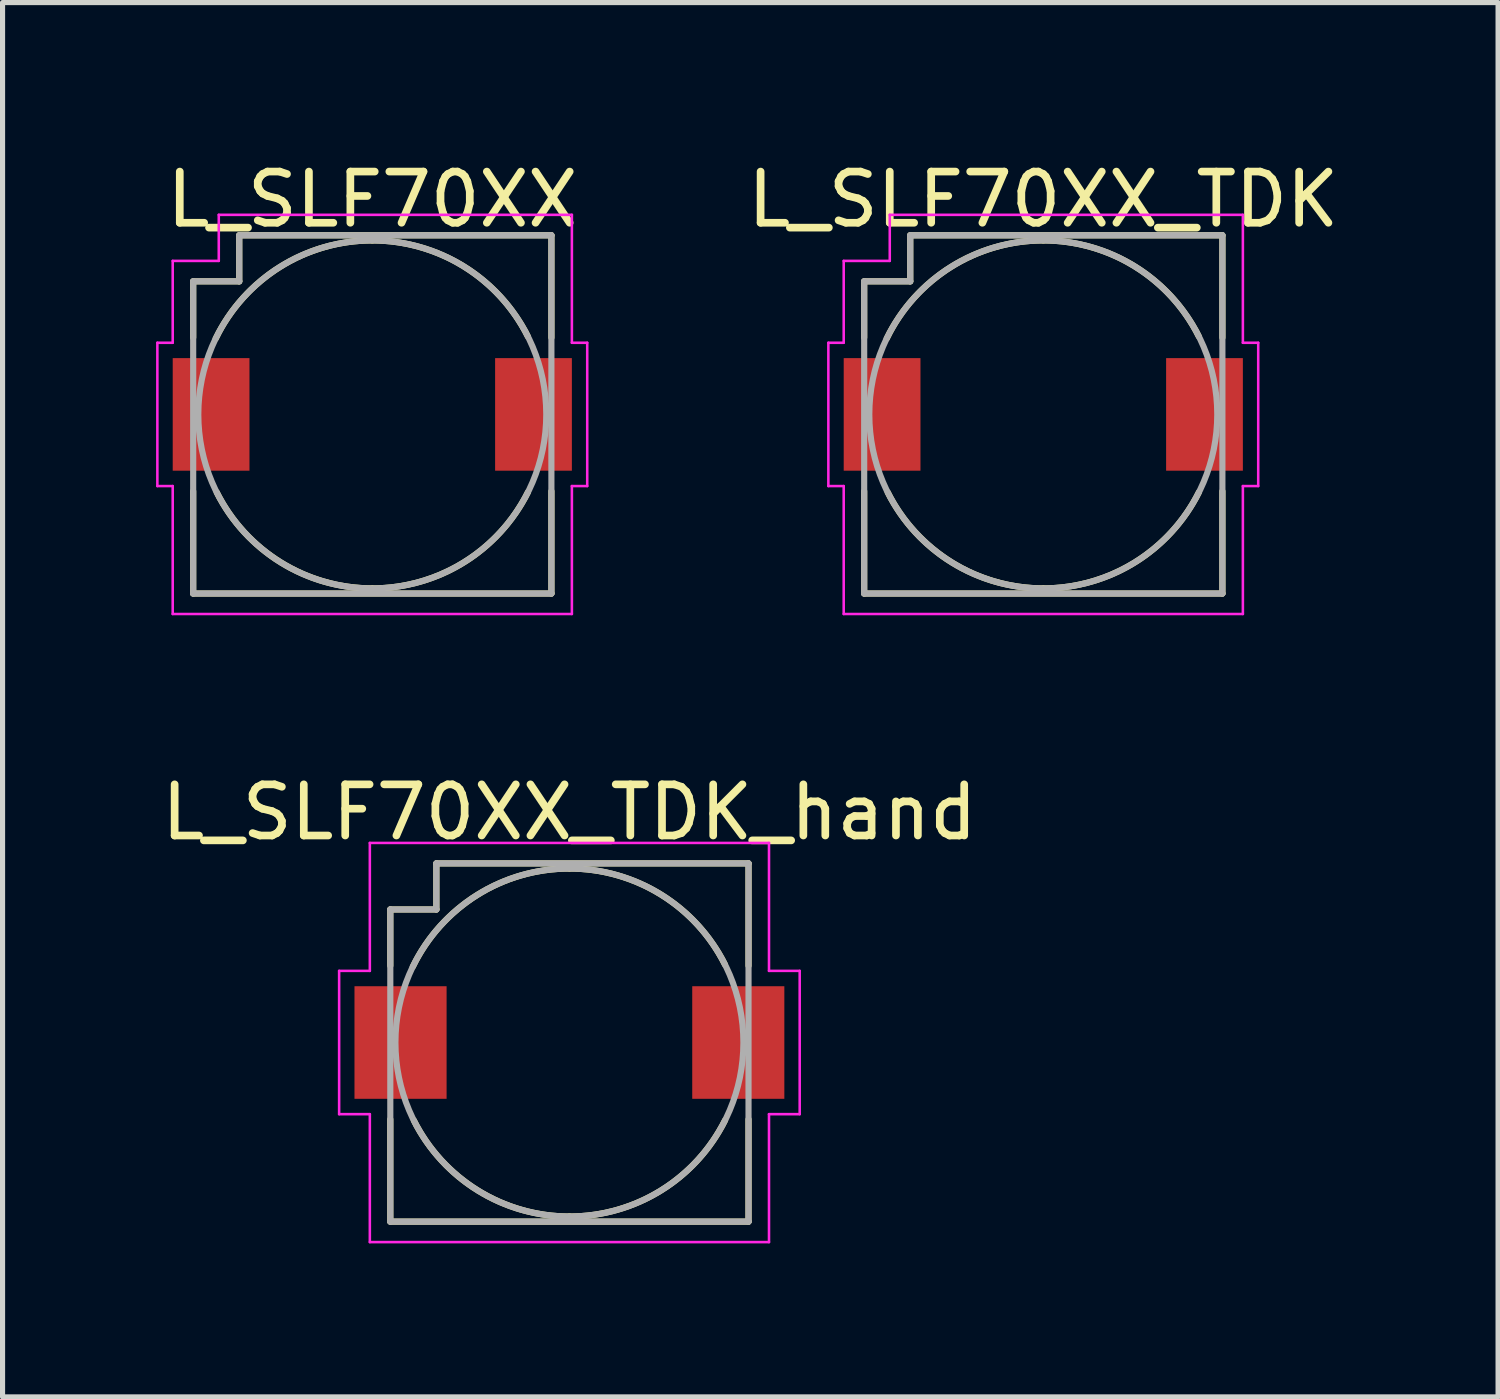
<source format=kicad_pcb>
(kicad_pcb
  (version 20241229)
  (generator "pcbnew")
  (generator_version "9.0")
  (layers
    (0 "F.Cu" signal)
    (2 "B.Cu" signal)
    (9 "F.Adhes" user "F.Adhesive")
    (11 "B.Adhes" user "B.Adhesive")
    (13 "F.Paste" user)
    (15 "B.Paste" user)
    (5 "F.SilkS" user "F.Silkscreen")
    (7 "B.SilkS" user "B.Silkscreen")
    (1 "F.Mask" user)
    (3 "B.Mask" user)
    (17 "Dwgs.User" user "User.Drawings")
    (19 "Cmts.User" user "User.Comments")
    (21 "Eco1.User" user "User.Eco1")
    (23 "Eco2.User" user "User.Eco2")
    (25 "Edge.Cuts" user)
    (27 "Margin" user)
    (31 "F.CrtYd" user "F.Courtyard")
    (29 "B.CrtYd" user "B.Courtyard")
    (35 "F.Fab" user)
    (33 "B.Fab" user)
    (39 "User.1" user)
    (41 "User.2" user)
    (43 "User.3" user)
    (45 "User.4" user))
  (footprint "L_SLF70XX_TDK_hand"
    (layer "F.Cu")
    (at 8.077 17.322)
    (property "Reference" "L_SLF70XX_TDK_hand" (at 0 -4.5 180) (layer "F.SilkS") (effects (font (size 1 1) (thickness 0.15))))
    (attr smd)
    (fp_line (start -3.5 -2.6) (end -2.6 -2.6) (stroke (width 0.12) (type solid)) (layer "F.SilkS"))
    (fp_line (start -3.5 -1.5) (end -3.5 -2.6) (stroke (width 0.12) (type solid)) (layer "F.SilkS"))
    (fp_line (start -3.5 1.5) (end -3.5 3.5) (stroke (width 0.12) (type solid)) (layer "F.SilkS"))
    (fp_line (start -3.5 3.5) (end 3.5 3.5) (stroke (width 0.12) (type solid)) (layer "F.SilkS"))
    (fp_line (start -2.6 -3.5) (end 3.5 -3.5) (stroke (width 0.12) (type solid)) (layer "F.SilkS"))
    (fp_line (start -2.6 -2.6) (end -2.6 -3.5) (stroke (width 0.12) (type solid)) (layer "F.SilkS"))
    (fp_line (start 3.5 -3.5) (end 3.5 -1.5) (stroke (width 0.12) (type solid)) (layer "F.SilkS"))
    (fp_line (start 3.5 3.5) (end 3.5 1.5) (stroke (width 0.12) (type solid)) (layer "F.SilkS"))
    (fp_arc (start -3.060541 -1.480907) (mid -1.806227 -2.880545) (end 0 -3.4) (stroke (width 0.12) (type solid)) (layer "F.SilkS"))
    (fp_arc (start 0 -3.4) (mid 1.786603 -2.892758) (end 3.040124 -1.522381) (stroke (width 0.12) (type solid)) (layer "F.SilkS"))
    (fp_arc (start 0 3.4) (mid -1.786603 2.892758) (end -3.040124 1.522381) (stroke (width 0.12) (type solid)) (layer "F.SilkS"))
    (fp_arc (start 3.041052 1.520526) (mid 1.787486 2.892212) (end 0 3.4) (stroke (width 0.12) (type solid)) (layer "F.SilkS"))
    (fp_line (start -4.5 -1.4) (end -4.5 1.4) (stroke (width 0.05) (type solid)) (layer "F.CrtYd"))
    (fp_line (start -4.5 1.4) (end -3.9 1.4) (stroke (width 0.05) (type solid)) (layer "F.CrtYd"))
    (fp_line (start -3.9 -3.9) (end -3.9 -1.4) (stroke (width 0.05) (type solid)) (layer "F.CrtYd"))
    (fp_line (start -3.9 -1.4) (end -4.5 -1.4) (stroke (width 0.05) (type solid)) (layer "F.CrtYd"))
    (fp_line (start -3.9 1.4) (end -3.9 3.9) (stroke (width 0.05) (type solid)) (layer "F.CrtYd"))
    (fp_line (start -3.9 3.9) (end 3.9 3.9) (stroke (width 0.05) (type solid)) (layer "F.CrtYd"))
    (fp_line (start 3.9 -3.9) (end -3.9 -3.9) (stroke (width 0.05) (type solid)) (layer "F.CrtYd"))
    (fp_line (start 3.9 -1.4) (end 3.9 -3.9) (stroke (width 0.05) (type solid)) (layer "F.CrtYd"))
    (fp_line (start 3.9 1.4) (end 4.5 1.4) (stroke (width 0.05) (type solid)) (layer "F.CrtYd"))
    (fp_line (start 3.9 3.9) (end 3.9 1.4) (stroke (width 0.05) (type solid)) (layer "F.CrtYd"))
    (fp_line (start 4.5 -1.4) (end 3.9 -1.4) (stroke (width 0.05) (type solid)) (layer "F.CrtYd"))
    (fp_line (start 4.5 1.4) (end 4.5 -1.4) (stroke (width 0.05) (type solid)) (layer "F.CrtYd"))
    (fp_line (start -3.5 3.5) (end -3.5 -2.6) (stroke (width 0.12) (type solid)) (layer "F.Fab"))
    (fp_line (start -2.6 -3.5) (end -2.6 -2.6) (stroke (width 0.12) (type solid)) (layer "F.Fab"))
    (fp_line (start -2.6 -3.5) (end 3.5 -3.5) (stroke (width 0.12) (type solid)) (layer "F.Fab"))
    (fp_line (start -2.6 -2.6) (end -3.5 -2.6) (stroke (width 0.12) (type solid)) (layer "F.Fab"))
    (fp_line (start 3.5 -3.5) (end 3.5 3.5) (stroke (width 0.12) (type solid)) (layer "F.Fab"))
    (fp_line (start 3.5 3.5) (end -3.5 3.5) (stroke (width 0.12) (type solid)) (layer "F.Fab"))
    (fp_circle (center 0 0) (end 3.4 0) (stroke (width 0.12) (type solid)) (fill no) (layer "F.Fab"))
    (pad "1" smd rect (at -3.3 0 180) (size 1.8 2.2) (layers "F.Cu" "F.Mask" "F.Paste"))
    (pad "2" smd rect (at 3.3 0 180) (size 1.8 2.2) (layers "F.Cu" "F.Mask" "F.Paste")))
  (footprint "L_SLF70XX"
    (layer "F.Cu")
    (at 4.225 5.048)
    (property "Reference" "L_SLF70XX" (at 0 -4.2 180) (layer "F.SilkS") (effects (font (size 1 1) (thickness 0.15))))
    (attr smd)
    (fp_line (start -3.5 -2.6) (end -2.6 -2.6) (stroke (width 0.12) (type solid)) (layer "F.SilkS"))
    (fp_line (start -3.5 -1.5) (end -3.5 -2.6) (stroke (width 0.12) (type solid)) (layer "F.SilkS"))
    (fp_line (start -3.5 1.5) (end -3.5 3.5) (stroke (width 0.12) (type solid)) (layer "F.SilkS"))
    (fp_line (start -3.5 3.5) (end 3.5 3.5) (stroke (width 0.12) (type solid)) (layer "F.SilkS"))
    (fp_line (start -2.6 -3.5) (end 3.5 -3.5) (stroke (width 0.12) (type solid)) (layer "F.SilkS"))
    (fp_line (start -2.6 -2.6) (end -2.6 -3.5) (stroke (width 0.12) (type solid)) (layer "F.SilkS"))
    (fp_line (start 3.5 -3.5) (end 3.5 -1.5) (stroke (width 0.12) (type solid)) (layer "F.SilkS"))
    (fp_line (start 3.5 3.5) (end 3.5 1.5) (stroke (width 0.12) (type solid)) (layer "F.SilkS"))
    (fp_arc (start -3.060541 -1.480907) (mid -1.806227 -2.880545) (end 0 -3.4) (stroke (width 0.12) (type solid)) (layer "F.SilkS"))
    (fp_arc (start 0 -3.4) (mid 1.786603 -2.892758) (end 3.040124 -1.522381) (stroke (width 0.12) (type solid)) (layer "F.SilkS"))
    (fp_arc (start 0 3.4) (mid -1.786603 2.892758) (end -3.040124 1.522381) (stroke (width 0.12) (type solid)) (layer "F.SilkS"))
    (fp_arc (start 3.041052 1.520526) (mid 1.787486 2.892212) (end 0 3.4) (stroke (width 0.12) (type solid)) (layer "F.SilkS"))
    (fp_line (start -4.2 -1.4) (end -4.2 1.4) (stroke (width 0.05) (type solid)) (layer "F.CrtYd"))
    (fp_line (start -4.2 1.4) (end -3.9 1.4) (stroke (width 0.05) (type solid)) (layer "F.CrtYd"))
    (fp_line (start -3.9 -3) (end -3.9 -1.4) (stroke (width 0.05) (type solid)) (layer "F.CrtYd"))
    (fp_line (start -3.9 -1.4) (end -4.2 -1.4) (stroke (width 0.05) (type solid)) (layer "F.CrtYd"))
    (fp_line (start -3.9 1.4) (end -3.9 3.9) (stroke (width 0.05) (type solid)) (layer "F.CrtYd"))
    (fp_line (start -3.9 3.9) (end 3.9 3.9) (stroke (width 0.05) (type solid)) (layer "F.CrtYd"))
    (fp_line (start -3 -3.9) (end -3 -3) (stroke (width 0.05) (type solid)) (layer "F.CrtYd"))
    (fp_line (start -3 -3) (end -3.9 -3) (stroke (width 0.05) (type solid)) (layer "F.CrtYd"))
    (fp_line (start 3.9 -3.9) (end -3 -3.9) (stroke (width 0.05) (type solid)) (layer "F.CrtYd"))
    (fp_line (start 3.9 -1.4) (end 3.9 -3.9) (stroke (width 0.05) (type solid)) (layer "F.CrtYd"))
    (fp_line (start 3.9 1.4) (end 4.2 1.4) (stroke (width 0.05) (type solid)) (layer "F.CrtYd"))
    (fp_line (start 3.9 3.9) (end 3.9 1.4) (stroke (width 0.05) (type solid)) (layer "F.CrtYd"))
    (fp_line (start 4.2 -1.4) (end 3.9 -1.4) (stroke (width 0.05) (type solid)) (layer "F.CrtYd"))
    (fp_line (start 4.2 1.4) (end 4.2 -1.4) (stroke (width 0.05) (type solid)) (layer "F.CrtYd"))
    (fp_line (start -3.5 3.5) (end -3.5 -2.6) (stroke (width 0.12) (type solid)) (layer "F.Fab"))
    (fp_line (start -2.6 -3.5) (end -2.6 -2.6) (stroke (width 0.12) (type solid)) (layer "F.Fab"))
    (fp_line (start -2.6 -3.5) (end 3.5 -3.5) (stroke (width 0.12) (type solid)) (layer "F.Fab"))
    (fp_line (start -2.6 -2.6) (end -3.5 -2.6) (stroke (width 0.12) (type solid)) (layer "F.Fab"))
    (fp_line (start 3.5 -3.5) (end 3.5 3.5) (stroke (width 0.12) (type solid)) (layer "F.Fab"))
    (fp_line (start 3.5 3.5) (end -3.5 3.5) (stroke (width 0.12) (type solid)) (layer "F.Fab"))
    (fp_circle (center 0 0) (end 3.4 0) (stroke (width 0.12) (type solid)) (fill no) (layer "F.Fab"))
    (pad "1" smd rect (at -3.15 0 180) (size 1.5 2.2) (layers "F.Cu" "F.Mask" "F.Paste"))
    (pad "2" smd rect (at 3.15 0 180) (size 1.5 2.2) (layers "F.Cu" "F.Mask" "F.Paste")))
  (footprint "L_SLF70XX_TDK"
    (layer "F.Cu")
    (at 17.337 5.048)
    (property "Reference" "L_SLF70XX_TDK" (at 0 -4.2 180) (layer "F.SilkS") (effects (font (size 1 1) (thickness 0.15))))
    (attr smd)
    (fp_line (start -3.5 -2.6) (end -2.6 -2.6) (stroke (width 0.12) (type solid)) (layer "F.SilkS"))
    (fp_line (start -3.5 -1.5) (end -3.5 -2.6) (stroke (width 0.12) (type solid)) (layer "F.SilkS"))
    (fp_line (start -3.5 1.5) (end -3.5 3.5) (stroke (width 0.12) (type solid)) (layer "F.SilkS"))
    (fp_line (start -3.5 3.5) (end 3.5 3.5) (stroke (width 0.12) (type solid)) (layer "F.SilkS"))
    (fp_line (start -2.6 -3.5) (end 3.5 -3.5) (stroke (width 0.12) (type solid)) (layer "F.SilkS"))
    (fp_line (start -2.6 -2.6) (end -2.6 -3.5) (stroke (width 0.12) (type solid)) (layer "F.SilkS"))
    (fp_line (start 3.5 -3.5) (end 3.5 -1.5) (stroke (width 0.12) (type solid)) (layer "F.SilkS"))
    (fp_line (start 3.5 3.5) (end 3.5 1.5) (stroke (width 0.12) (type solid)) (layer "F.SilkS"))
    (fp_arc (start -3.060541 -1.480907) (mid -1.806227 -2.880545) (end 0 -3.4) (stroke (width 0.12) (type solid)) (layer "F.SilkS"))
    (fp_arc (start 0 -3.4) (mid 1.786603 -2.892758) (end 3.040124 -1.522381) (stroke (width 0.12) (type solid)) (layer "F.SilkS"))
    (fp_arc (start 0 3.4) (mid -1.786603 2.892758) (end -3.040124 1.522381) (stroke (width 0.12) (type solid)) (layer "F.SilkS"))
    (fp_arc (start 3.041052 1.520526) (mid 1.787486 2.892212) (end 0 3.4) (stroke (width 0.12) (type solid)) (layer "F.SilkS"))
    (fp_line (start -4.2 -1.4) (end -4.2 1.4) (stroke (width 0.05) (type solid)) (layer "F.CrtYd"))
    (fp_line (start -4.2 1.4) (end -3.9 1.4) (stroke (width 0.05) (type solid)) (layer "F.CrtYd"))
    (fp_line (start -3.9 -3) (end -3.9 -1.4) (stroke (width 0.05) (type solid)) (layer "F.CrtYd"))
    (fp_line (start -3.9 -1.4) (end -4.2 -1.4) (stroke (width 0.05) (type solid)) (layer "F.CrtYd"))
    (fp_line (start -3.9 1.4) (end -3.9 3.9) (stroke (width 0.05) (type solid)) (layer "F.CrtYd"))
    (fp_line (start -3.9 3.9) (end 3.9 3.9) (stroke (width 0.05) (type solid)) (layer "F.CrtYd"))
    (fp_line (start -3 -3.9) (end -3 -3) (stroke (width 0.05) (type solid)) (layer "F.CrtYd"))
    (fp_line (start -3 -3) (end -3.9 -3) (stroke (width 0.05) (type solid)) (layer "F.CrtYd"))
    (fp_line (start 3.9 -3.9) (end -3 -3.9) (stroke (width 0.05) (type solid)) (layer "F.CrtYd"))
    (fp_line (start 3.9 -1.4) (end 3.9 -3.9) (stroke (width 0.05) (type solid)) (layer "F.CrtYd"))
    (fp_line (start 3.9 1.4) (end 4.2 1.4) (stroke (width 0.05) (type solid)) (layer "F.CrtYd"))
    (fp_line (start 3.9 3.9) (end 3.9 1.4) (stroke (width 0.05) (type solid)) (layer "F.CrtYd"))
    (fp_line (start 4.2 -1.4) (end 3.9 -1.4) (stroke (width 0.05) (type solid)) (layer "F.CrtYd"))
    (fp_line (start 4.2 1.4) (end 4.2 -1.4) (stroke (width 0.05) (type solid)) (layer "F.CrtYd"))
    (fp_line (start -3.5 3.5) (end -3.5 -2.6) (stroke (width 0.12) (type solid)) (layer "F.Fab"))
    (fp_line (start -2.6 -3.5) (end -2.6 -2.6) (stroke (width 0.12) (type solid)) (layer "F.Fab"))
    (fp_line (start -2.6 -3.5) (end 3.5 -3.5) (stroke (width 0.12) (type solid)) (layer "F.Fab"))
    (fp_line (start -2.6 -2.6) (end -3.5 -2.6) (stroke (width 0.12) (type solid)) (layer "F.Fab"))
    (fp_line (start 3.5 -3.5) (end 3.5 3.5) (stroke (width 0.12) (type solid)) (layer "F.Fab"))
    (fp_line (start 3.5 3.5) (end -3.5 3.5) (stroke (width 0.12) (type solid)) (layer "F.Fab"))
    (fp_circle (center 0 0) (end 3.4 0) (stroke (width 0.12) (type solid)) (fill no) (layer "F.Fab"))
    (pad "1" smd rect (at -3.15 0 180) (size 1.5 2.2) (layers "F.Cu" "F.Mask" "F.Paste"))
    (pad "2" smd rect (at 3.15 0 180) (size 1.5 2.2) (layers "F.Cu" "F.Mask" "F.Paste")))
  (gr_rect
    (start -3 -3)
    (end 26.224 24.247)
    (stroke (width 0.1) (type default))
    (fill no)
    (layer "Edge.Cuts")))
</source>
